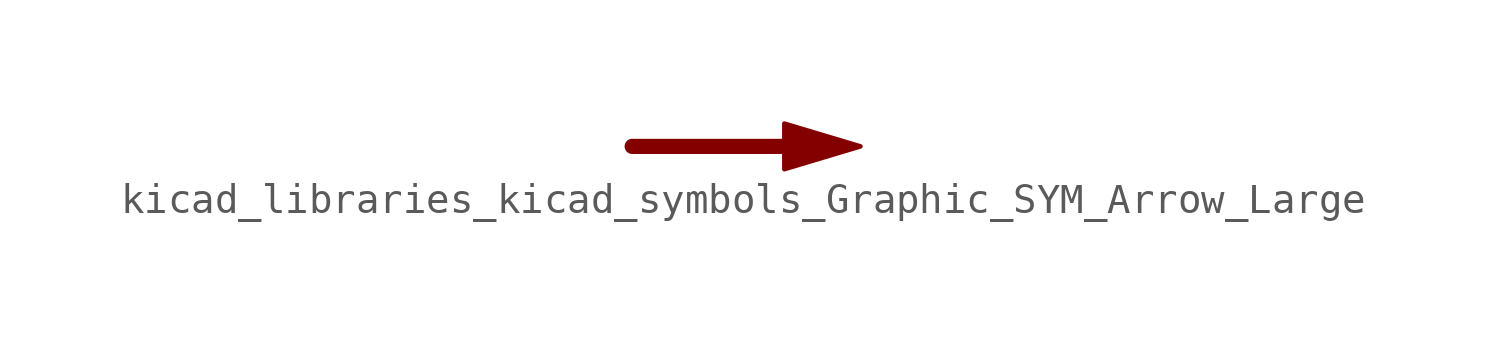
<source format=kicad_sym>
(kicad_symbol_lib
  (version 20220914)
  (generator kicad_symbol_editor)
  (symbol "kicad_libraries_kicad_symbols_Graphic_SYM_Arrow_Large"
    (property "Reference" "#SYM"
      (at 0 2.286 0)
      (effects (font (size 1.27 1.27)) hide))
    (symbol "kicad_libraries_kicad_symbols_Graphic_SYM_Arrow_Large_0_1"
      (polyline (pts (xy 2.54 0) (xy -3.81 0)) (stroke (width 0.508) (type default)) (fill (type none)))
      (polyline (pts (xy 3.81 0) (xy 1.27 -0.762) (xy 1.27 0.762) (xy 3.81 0)) (stroke (width 0) (type default)) (fill (type outline))))))
</source>
